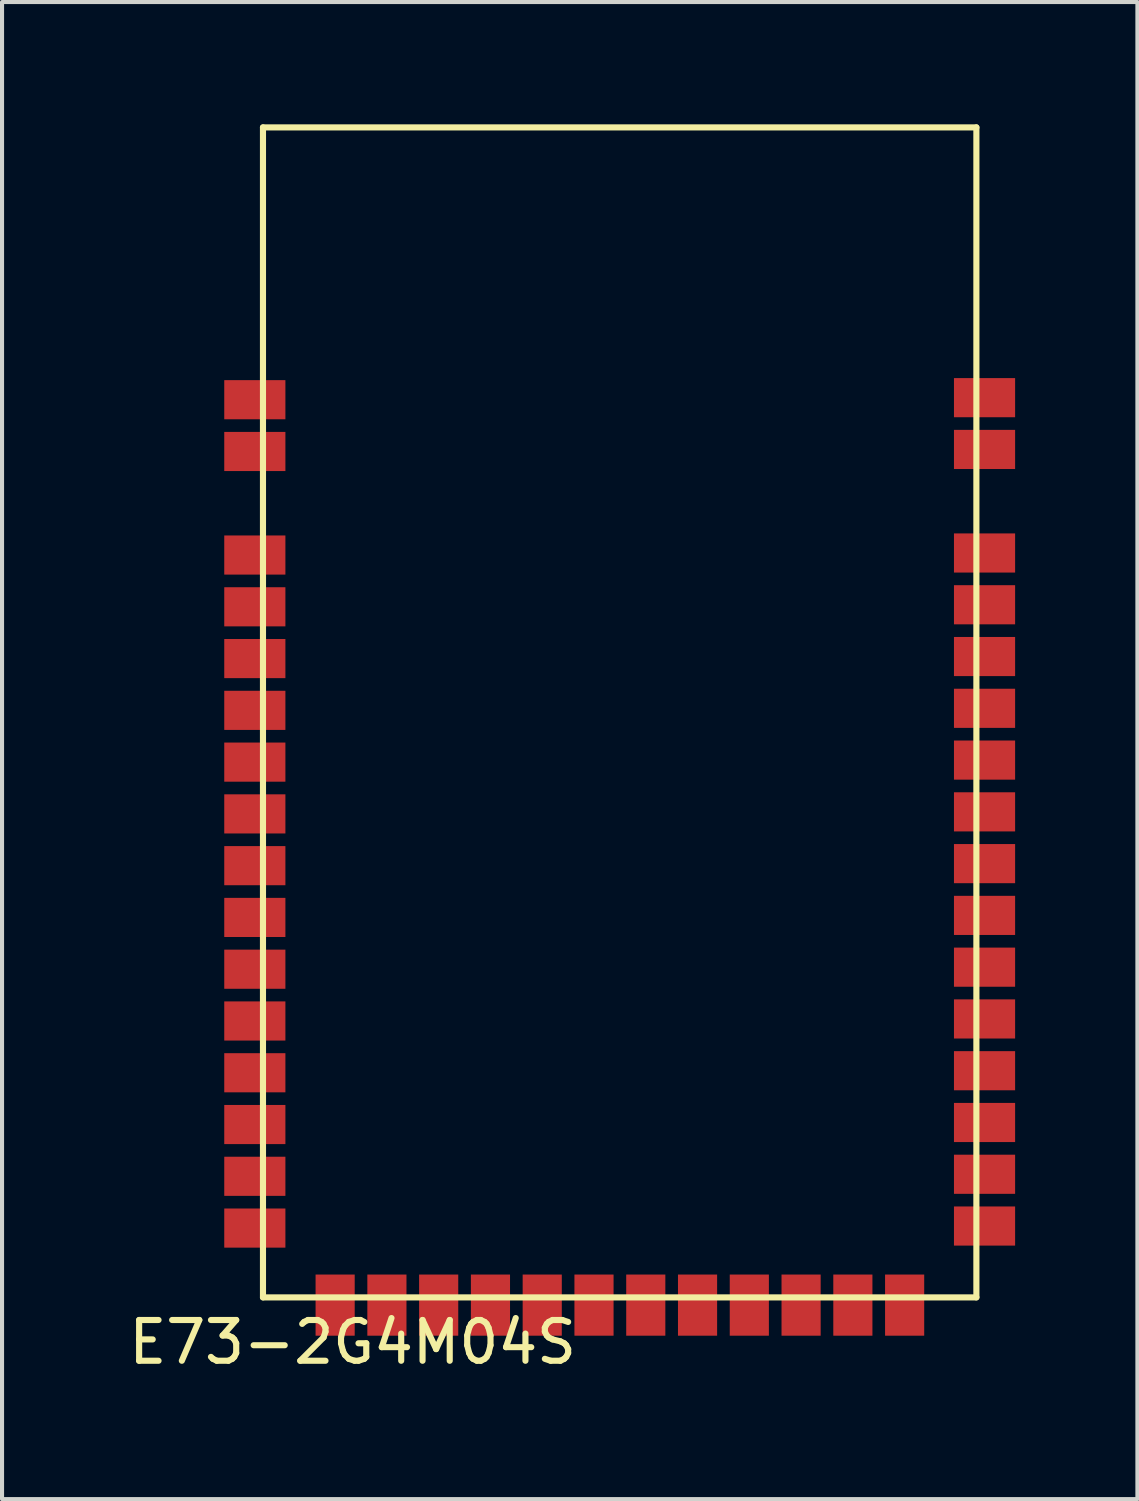
<source format=kicad_pcb>
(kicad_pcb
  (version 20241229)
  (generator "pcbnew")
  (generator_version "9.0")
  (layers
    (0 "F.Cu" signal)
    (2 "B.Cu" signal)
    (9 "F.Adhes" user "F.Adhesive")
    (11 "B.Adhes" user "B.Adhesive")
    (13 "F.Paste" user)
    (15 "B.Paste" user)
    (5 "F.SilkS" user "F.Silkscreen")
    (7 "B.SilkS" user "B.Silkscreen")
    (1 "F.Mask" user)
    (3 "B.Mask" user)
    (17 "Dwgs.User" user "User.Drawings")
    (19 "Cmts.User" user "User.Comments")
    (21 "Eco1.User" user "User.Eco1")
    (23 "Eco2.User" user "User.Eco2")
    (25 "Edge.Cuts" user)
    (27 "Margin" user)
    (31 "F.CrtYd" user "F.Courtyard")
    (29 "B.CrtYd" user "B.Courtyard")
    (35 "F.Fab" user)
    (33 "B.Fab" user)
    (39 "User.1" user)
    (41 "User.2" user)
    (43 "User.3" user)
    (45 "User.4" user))
  (footprint "E73-2G4M04S"
    (layer "F.Cu")
    (at 21.101 27.025)
    (property "Reference" "E73-2G4M04S" (at -15.5 2.85 0) (layer "F.SilkS") (effects (font (size 1 1) (thickness 0.15))))
    (attr through_hole)
    (fp_line (start -17.7 -26.95) (end -0.2 -26.95) (stroke (width 0.15) (type solid)) (layer "F.SilkS"))
    (fp_line (start -17.7 1.75) (end -17.7 -26.95) (stroke (width 0.15) (type solid)) (layer "F.SilkS"))
    (fp_line (start -0.2 -26.95) (end -0.2 1.75) (stroke (width 0.15) (type solid)) (layer "F.SilkS"))
    (fp_line (start -0.2 1.75) (end -17.7 1.75) (stroke (width 0.15) (type solid)) (layer "F.SilkS"))
    (pad "0" smd rect (at -17.9 -20.27 90) (size 0.96 1.5) (layers "F.Cu" "F.Mask" "F.Paste"))
    (pad "1" smd rect (at -17.9 -19 90) (size 0.96 1.5) (layers "F.Cu" "F.Mask" "F.Paste"))
    (pad "2" smd rect (at -17.9 -16.46 90) (size 0.96 1.5) (layers "F.Cu" "F.Mask" "F.Paste"))
    (pad "3" smd rect (at -17.9 -15.19 90) (size 0.96 1.5) (layers "F.Cu" "F.Mask" "F.Paste"))
    (pad "4" smd rect (at -17.9 -13.92 90) (size 0.96 1.5) (layers "F.Cu" "F.Mask" "F.Paste"))
    (pad "5" smd rect (at -17.9 -12.65 90) (size 0.96 1.5) (layers "F.Cu" "F.Mask" "F.Paste"))
    (pad "6" smd rect (at -17.9 -11.38 90) (size 0.96 1.5) (layers "F.Cu" "F.Mask" "F.Paste"))
    (pad "7" smd rect (at -17.9 -10.11 90) (size 0.96 1.5) (layers "F.Cu" "F.Mask" "F.Paste"))
    (pad "8" smd rect (at -17.9 -8.84 90) (size 0.96 1.5) (layers "F.Cu" "F.Mask" "F.Paste"))
    (pad "9" smd rect (at -17.9 -7.57 90) (size 0.96 1.5) (layers "F.Cu" "F.Mask" "F.Paste"))
    (pad "10" smd rect (at -17.9 -6.3 90) (size 0.96 1.5) (layers "F.Cu" "F.Mask" "F.Paste"))
    (pad "11" smd rect (at -17.9 -5.03 90) (size 0.96 1.5) (layers "F.Cu" "F.Mask" "F.Paste"))
    (pad "12" smd rect (at -17.9 -3.76 90) (size 0.96 1.5) (layers "F.Cu" "F.Mask" "F.Paste"))
    (pad "13" smd rect (at -17.9 -2.49 90) (size 0.96 1.5) (layers "F.Cu" "F.Mask" "F.Paste"))
    (pad "14" smd rect (at -17.9 -1.22 90) (size 0.96 1.5) (layers "F.Cu" "F.Mask" "F.Paste"))
    (pad "15" smd rect (at -17.9 0.05 90) (size 0.96 1.5) (layers "F.Cu" "F.Mask" "F.Paste"))
    (pad "16" smd rect (at -15.93 1.94 180) (size 0.96 1.5) (layers "F.Cu" "F.Mask" "F.Paste"))
    (pad "17" smd rect (at -14.66 1.94 180) (size 0.96 1.5) (layers "F.Cu" "F.Mask" "F.Paste"))
    (pad "18" smd rect (at -13.39 1.94 180) (size 0.96 1.5) (layers "F.Cu" "F.Mask" "F.Paste"))
    (pad "19" smd rect (at -12.12 1.94 180) (size 0.96 1.5) (layers "F.Cu" "F.Mask" "F.Paste"))
    (pad "20" smd rect (at -10.85 1.94 180) (size 0.96 1.5) (layers "F.Cu" "F.Mask" "F.Paste"))
    (pad "21" smd rect (at -9.58 1.94 180) (size 0.96 1.5) (layers "F.Cu" "F.Mask" "F.Paste"))
    (pad "22" smd rect (at -8.31 1.94 180) (size 0.96 1.5) (layers "F.Cu" "F.Mask" "F.Paste"))
    (pad "23" smd rect (at -7.04 1.94 180) (size 0.96 1.5) (layers "F.Cu" "F.Mask" "F.Paste"))
    (pad "24" smd rect (at -5.77 1.94 180) (size 0.96 1.5) (layers "F.Cu" "F.Mask" "F.Paste"))
    (pad "25" smd rect (at -4.5 1.94 180) (size 0.96 1.5) (layers "F.Cu" "F.Mask" "F.Paste"))
    (pad "26" smd rect (at -3.23 1.94 180) (size 0.96 1.5) (layers "F.Cu" "F.Mask" "F.Paste"))
    (pad "27" smd rect (at -1.96 1.94 180) (size 0.96 1.5) (layers "F.Cu" "F.Mask" "F.Paste"))
    (pad "28" smd rect (at 0 0 90) (size 0.96 1.5) (layers "F.Cu" "F.Mask" "F.Paste"))
    (pad "29" smd rect (at 0 -1.27 90) (size 0.96 1.5) (layers "F.Cu" "F.Mask" "F.Paste"))
    (pad "30" smd rect (at 0 -2.54 90) (size 0.96 1.5) (layers "F.Cu" "F.Mask" "F.Paste"))
    (pad "31" smd rect (at 0 -3.81 90) (size 0.96 1.5) (layers "F.Cu" "F.Mask" "F.Paste"))
    (pad "32" smd rect (at 0 -5.08 90) (size 0.96 1.5) (layers "F.Cu" "F.Mask" "F.Paste"))
    (pad "33" smd rect (at 0 -6.35 90) (size 0.96 1.5) (layers "F.Cu" "F.Mask" "F.Paste"))
    (pad "34" smd rect (at 0 -7.62 90) (size 0.96 1.5) (layers "F.Cu" "F.Mask" "F.Paste"))
    (pad "35" smd rect (at 0 -8.89 90) (size 0.96 1.5) (layers "F.Cu" "F.Mask" "F.Paste"))
    (pad "36" smd rect (at 0 -10.16 90) (size 0.96 1.5) (layers "F.Cu" "F.Mask" "F.Paste"))
    (pad "37" smd rect (at 0 -11.43 90) (size 0.96 1.5) (layers "F.Cu" "F.Mask" "F.Paste"))
    (pad "38" smd rect (at 0 -12.7 90) (size 0.96 1.5) (layers "F.Cu" "F.Mask" "F.Paste"))
    (pad "39" smd rect (at 0 -13.97 90) (size 0.96 1.5) (layers "F.Cu" "F.Mask" "F.Paste"))
    (pad "40" smd rect (at 0 -15.24 90) (size 0.96 1.5) (layers "F.Cu" "F.Mask" "F.Paste"))
    (pad "41" smd rect (at 0 -16.51 90) (size 0.96 1.5) (layers "F.Cu" "F.Mask" "F.Paste"))
    (pad "42" smd rect (at 0 -19.05 90) (size 0.96 1.5) (layers "F.Cu" "F.Mask" "F.Paste"))
    (pad "43" smd rect (at 0 -20.32 90) (size 0.96 1.5) (layers "F.Cu" "F.Mask" "F.Paste")))
  (gr_rect
    (start -3 -3)
    (end 24.851 33.723)
    (stroke (width 0.1) (type default))
    (fill no)
    (layer "Edge.Cuts")))
</source>
